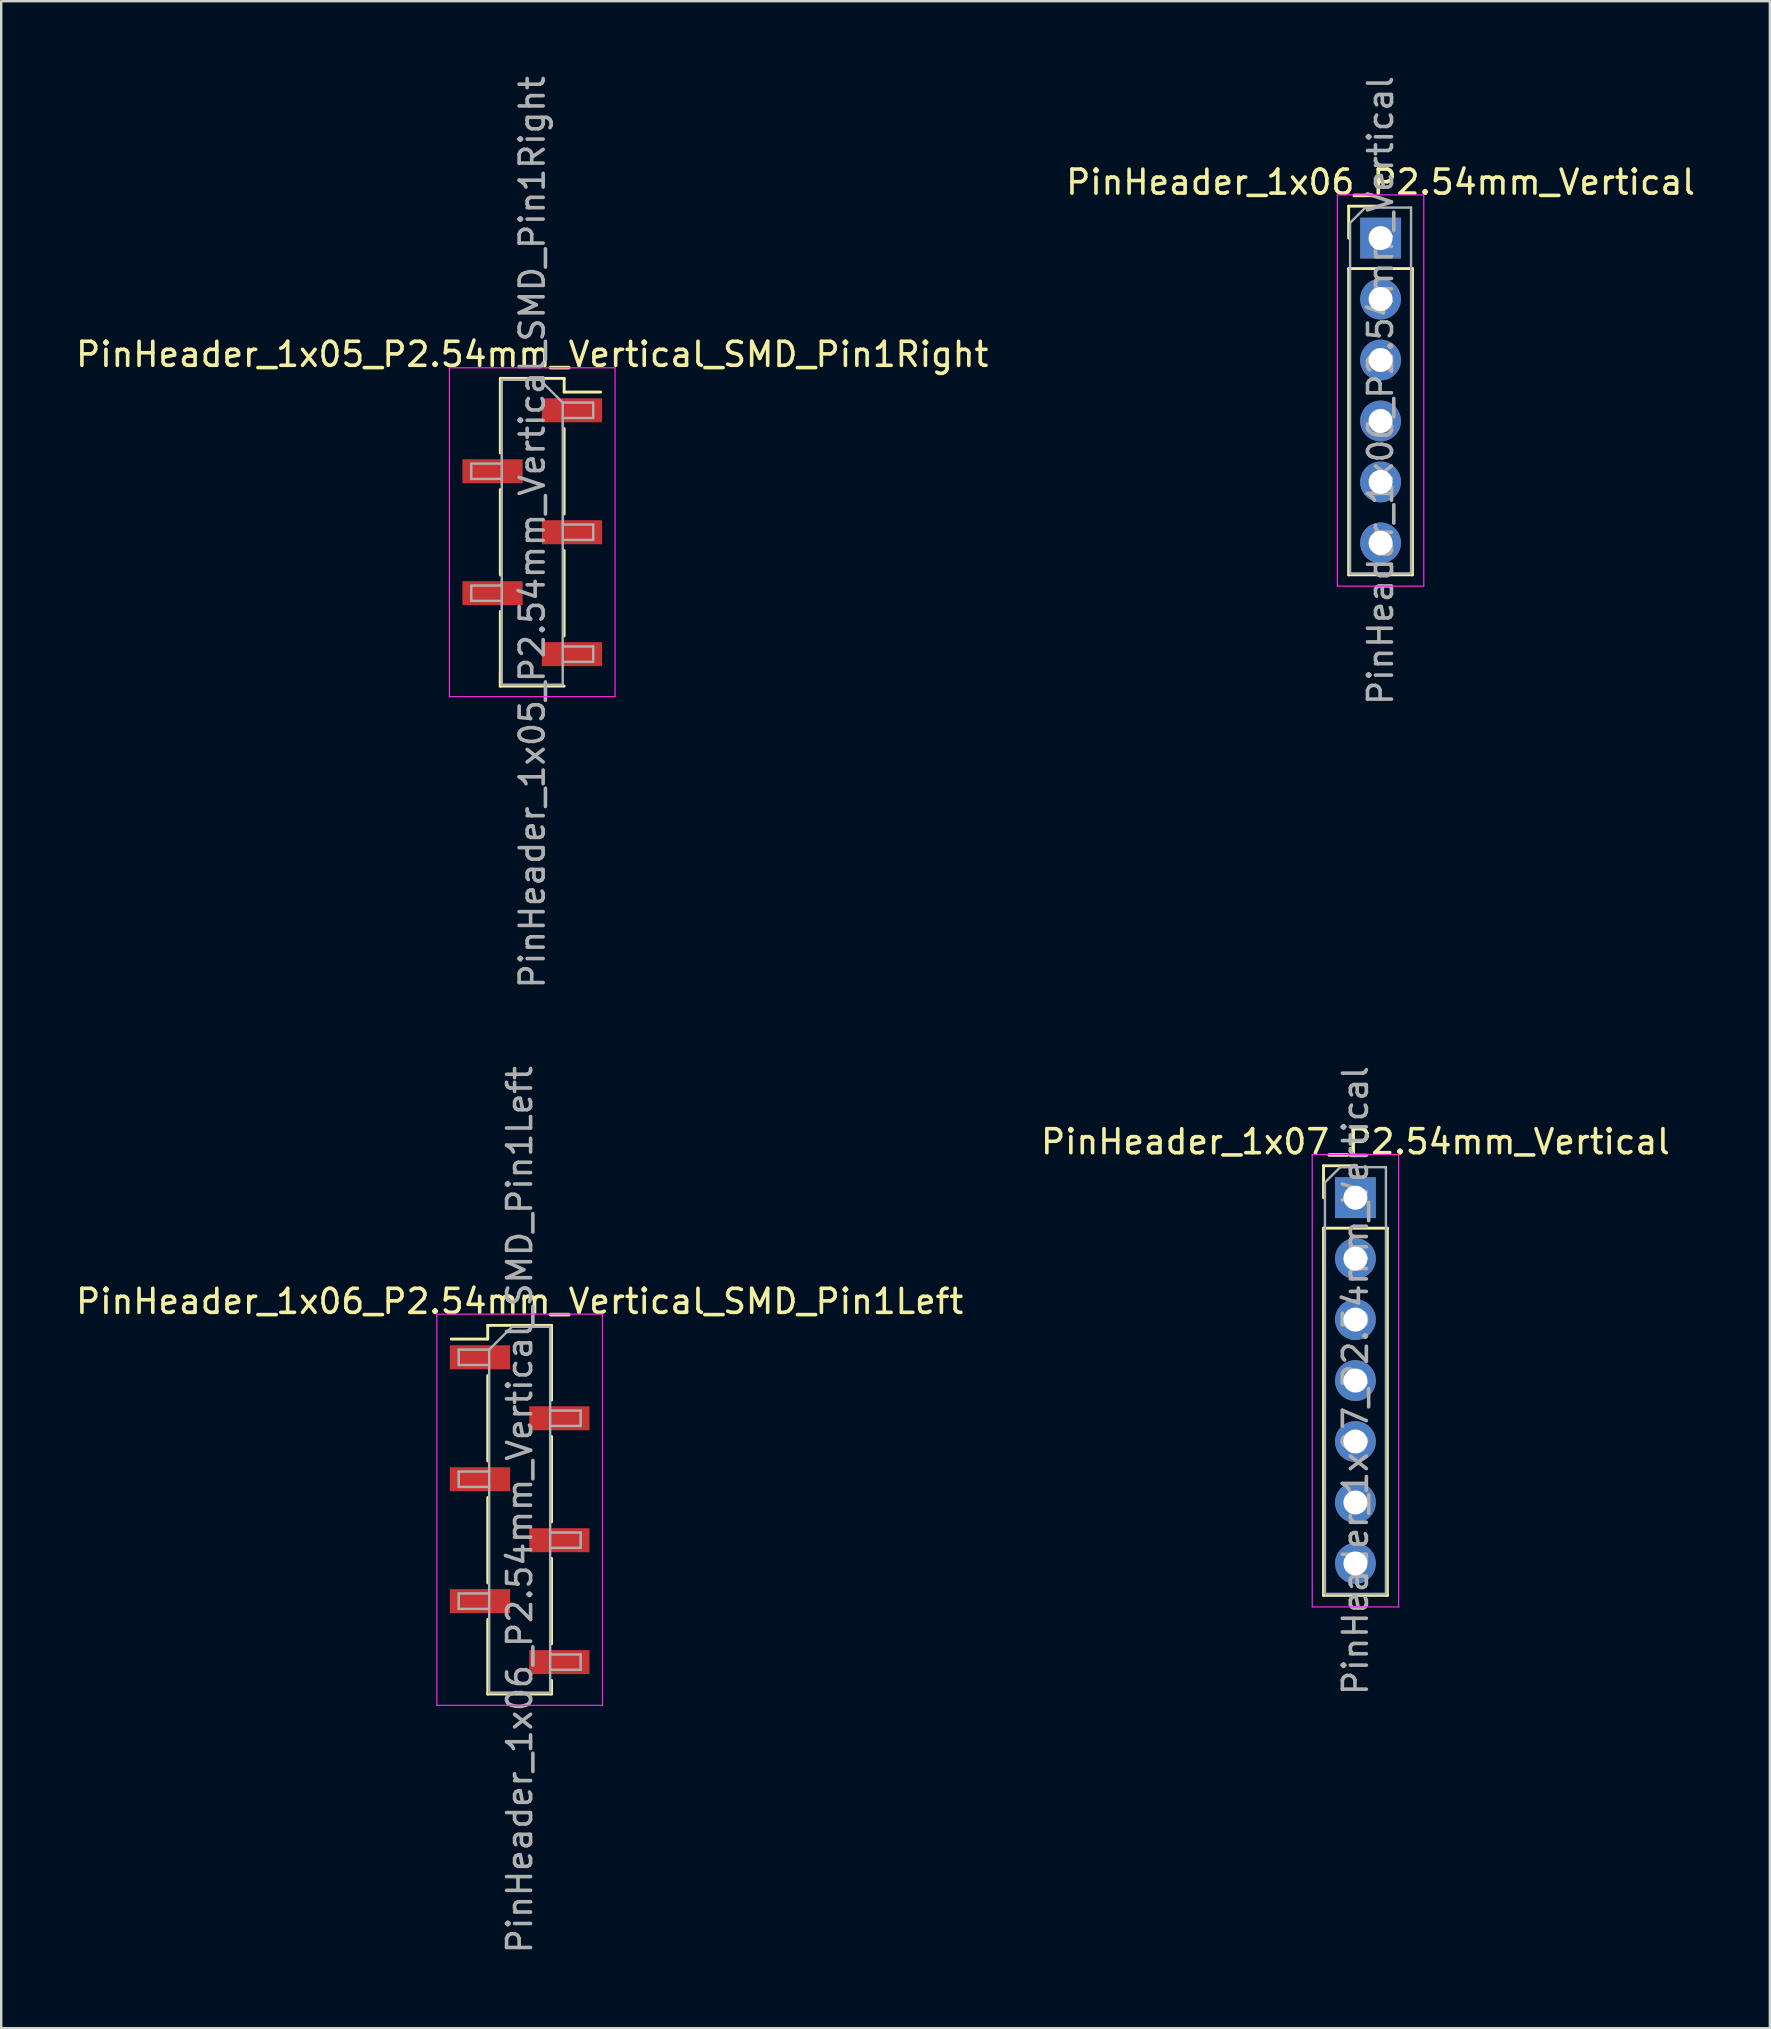
<source format=kicad_pcb>
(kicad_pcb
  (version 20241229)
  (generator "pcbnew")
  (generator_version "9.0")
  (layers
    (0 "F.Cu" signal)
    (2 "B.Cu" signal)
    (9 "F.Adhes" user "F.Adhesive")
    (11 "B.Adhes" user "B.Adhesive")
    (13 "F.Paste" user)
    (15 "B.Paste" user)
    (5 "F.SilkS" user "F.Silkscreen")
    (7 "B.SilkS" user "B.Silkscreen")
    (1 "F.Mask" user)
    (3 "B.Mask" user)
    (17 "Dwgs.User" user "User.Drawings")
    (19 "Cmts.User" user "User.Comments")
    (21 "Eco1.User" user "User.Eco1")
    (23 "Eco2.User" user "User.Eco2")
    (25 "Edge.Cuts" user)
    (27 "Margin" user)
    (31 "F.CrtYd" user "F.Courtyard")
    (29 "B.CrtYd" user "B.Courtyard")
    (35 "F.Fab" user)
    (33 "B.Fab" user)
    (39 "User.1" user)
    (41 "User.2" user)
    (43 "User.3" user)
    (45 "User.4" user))
  (footprint "PinHeader_1x05_P2.54mm_Vertical_SMD_Pin1Right"
    (layer "F.Cu")
    (at 19.125 19.125)
    (property "Reference" "PinHeader_1x05_P2.54mm_Vertical_SMD_Pin1Right" (at 0 -7.41 0) (layer "F.SilkS") (effects (font (size 1 1) (thickness 0.15))))
    (attr smd)
    (fp_line (start -1.33 -6.41) (end -1.33 -3.3) (stroke (width 0.12) (type solid)) (layer "F.SilkS"))
    (fp_line (start -1.33 -6.41) (end 1.33 -6.41) (stroke (width 0.12) (type solid)) (layer "F.SilkS"))
    (fp_line (start -1.33 -1.78) (end -1.33 1.78) (stroke (width 0.12) (type solid)) (layer "F.SilkS"))
    (fp_line (start -1.33 3.3) (end -1.33 6.41) (stroke (width 0.12) (type solid)) (layer "F.SilkS"))
    (fp_line (start -1.33 5.84) (end -1.33 6.41) (stroke (width 0.12) (type solid)) (layer "F.SilkS"))
    (fp_line (start -1.33 6.41) (end 1.33 6.41) (stroke (width 0.12) (type solid)) (layer "F.SilkS"))
    (fp_line (start 1.33 -6.41) (end 1.33 -5.84) (stroke (width 0.12) (type solid)) (layer "F.SilkS"))
    (fp_line (start 1.33 -5.84) (end 2.85 -5.84) (stroke (width 0.12) (type solid)) (layer "F.SilkS"))
    (fp_line (start 1.33 -4.32) (end 1.33 -0.76) (stroke (width 0.12) (type solid)) (layer "F.SilkS"))
    (fp_line (start 1.33 0.76) (end 1.33 4.32) (stroke (width 0.12) (type solid)) (layer "F.SilkS"))
    (fp_line (start -3.45 -6.85) (end -3.45 6.85) (stroke (width 0.05) (type solid)) (layer "F.CrtYd"))
    (fp_line (start -3.45 6.85) (end 3.45 6.85) (stroke (width 0.05) (type solid)) (layer "F.CrtYd"))
    (fp_line (start 3.45 -6.85) (end -3.45 -6.85) (stroke (width 0.05) (type solid)) (layer "F.CrtYd"))
    (fp_line (start 3.45 6.85) (end 3.45 -6.85) (stroke (width 0.05) (type solid)) (layer "F.CrtYd"))
    (fp_line (start -2.54 -2.86) (end -2.54 -2.22) (stroke (width 0.1) (type solid)) (layer "F.Fab"))
    (fp_line (start -2.54 -2.22) (end -1.27 -2.22) (stroke (width 0.1) (type solid)) (layer "F.Fab"))
    (fp_line (start -2.54 2.22) (end -2.54 2.86) (stroke (width 0.1) (type solid)) (layer "F.Fab"))
    (fp_line (start -2.54 2.86) (end -1.27 2.86) (stroke (width 0.1) (type solid)) (layer "F.Fab"))
    (fp_line (start -1.27 -6.35) (end -1.27 6.35) (stroke (width 0.1) (type solid)) (layer "F.Fab"))
    (fp_line (start -1.27 -6.35) (end 0.32 -6.35) (stroke (width 0.1) (type solid)) (layer "F.Fab"))
    (fp_line (start -1.27 -2.86) (end -2.54 -2.86) (stroke (width 0.1) (type solid)) (layer "F.Fab"))
    (fp_line (start -1.27 2.22) (end -2.54 2.22) (stroke (width 0.1) (type solid)) (layer "F.Fab"))
    (fp_line (start 1.27 -5.4) (end 0.32 -6.35) (stroke (width 0.1) (type solid)) (layer "F.Fab"))
    (fp_line (start 1.27 -5.4) (end 2.54 -5.4) (stroke (width 0.1) (type solid)) (layer "F.Fab"))
    (fp_line (start 1.27 -0.32) (end 2.54 -0.32) (stroke (width 0.1) (type solid)) (layer "F.Fab"))
    (fp_line (start 1.27 4.76) (end 2.54 4.76) (stroke (width 0.1) (type solid)) (layer "F.Fab"))
    (fp_line (start 1.27 6.35) (end -1.27 6.35) (stroke (width 0.1) (type solid)) (layer "F.Fab"))
    (fp_line (start 1.27 6.35) (end 1.27 -5.4) (stroke (width 0.1) (type solid)) (layer "F.Fab"))
    (fp_line (start 2.54 -5.4) (end 2.54 -4.76) (stroke (width 0.1) (type solid)) (layer "F.Fab"))
    (fp_line (start 2.54 -4.76) (end 1.27 -4.76) (stroke (width 0.1) (type solid)) (layer "F.Fab"))
    (fp_line (start 2.54 -0.32) (end 2.54 0.32) (stroke (width 0.1) (type solid)) (layer "F.Fab"))
    (fp_line (start 2.54 0.32) (end 1.27 0.32) (stroke (width 0.1) (type solid)) (layer "F.Fab"))
    (fp_line (start 2.54 4.76) (end 2.54 5.4) (stroke (width 0.1) (type solid)) (layer "F.Fab"))
    (fp_line (start 2.54 5.4) (end 1.27 5.4) (stroke (width 0.1) (type solid)) (layer "F.Fab"))
    (fp_text user "${REFERENCE}" (at 0 0 90) (layer "F.Fab") (effects (font (size 1 1) (thickness 0.15))))
    (pad "1" smd rect (at 1.655 -5.08) (size 2.51 1) (layers "F.Cu" "F.Mask" "F.Paste"))
    (pad "2" smd rect (at -1.655 -2.54) (size 2.51 1) (layers "F.Cu" "F.Mask" "F.Paste"))
    (pad "3" smd rect (at 1.655 0) (size 2.51 1) (layers "F.Cu" "F.Mask" "F.Paste"))
    (pad "4" smd rect (at -1.655 2.54) (size 2.51 1) (layers "F.Cu" "F.Mask" "F.Paste"))
    (pad "5" smd rect (at 1.655 5.08) (size 2.51 1) (layers "F.Cu" "F.Mask" "F.Paste")))
  (footprint "PinHeader_1x06_P2.54mm_Vertical"
    (layer "F.Cu")
    (at 54.47 6.87)
    (property "Reference" "PinHeader_1x06_P2.54mm_Vertical" (at 0 -2.33 0) (layer "F.SilkS") (effects (font (size 1 1) (thickness 0.15))))
    (attr through_hole)
    (fp_line (start -1.33 -1.33) (end 0 -1.33) (stroke (width 0.12) (type solid)) (layer "F.SilkS"))
    (fp_line (start -1.33 0) (end -1.33 -1.33) (stroke (width 0.12) (type solid)) (layer "F.SilkS"))
    (fp_line (start -1.33 1.27) (end -1.33 14.03) (stroke (width 0.12) (type solid)) (layer "F.SilkS"))
    (fp_line (start -1.33 1.27) (end 1.33 1.27) (stroke (width 0.12) (type solid)) (layer "F.SilkS"))
    (fp_line (start -1.33 14.03) (end 1.33 14.03) (stroke (width 0.12) (type solid)) (layer "F.SilkS"))
    (fp_line (start 1.33 1.27) (end 1.33 14.03) (stroke (width 0.12) (type solid)) (layer "F.SilkS"))
    (fp_line (start -1.8 -1.8) (end -1.8 14.5) (stroke (width 0.05) (type solid)) (layer "F.CrtYd"))
    (fp_line (start -1.8 14.5) (end 1.8 14.5) (stroke (width 0.05) (type solid)) (layer "F.CrtYd"))
    (fp_line (start 1.8 -1.8) (end -1.8 -1.8) (stroke (width 0.05) (type solid)) (layer "F.CrtYd"))
    (fp_line (start 1.8 14.5) (end 1.8 -1.8) (stroke (width 0.05) (type solid)) (layer "F.CrtYd"))
    (fp_line (start -1.27 -0.635) (end -0.635 -1.27) (stroke (width 0.1) (type solid)) (layer "F.Fab"))
    (fp_line (start -1.27 13.97) (end -1.27 -0.635) (stroke (width 0.1) (type solid)) (layer "F.Fab"))
    (fp_line (start -0.635 -1.27) (end 1.27 -1.27) (stroke (width 0.1) (type solid)) (layer "F.Fab"))
    (fp_line (start 1.27 -1.27) (end 1.27 13.97) (stroke (width 0.1) (type solid)) (layer "F.Fab"))
    (fp_line (start 1.27 13.97) (end -1.27 13.97) (stroke (width 0.1) (type solid)) (layer "F.Fab"))
    (fp_text user "${REFERENCE}" (at 0 6.35 90) (layer "F.Fab") (effects (font (size 1 1) (thickness 0.15))))
    (pad "1" thru_hole rect (at 0 0) (size 1.7 1.7) (drill 1) (layers "*.Cu" "*.Mask"))
    (pad "2" thru_hole oval (at 0 2.54) (size 1.7 1.7) (drill 1) (layers "*.Cu" "*.Mask"))
    (pad "3" thru_hole oval (at 0 5.08) (size 1.7 1.7) (drill 1) (layers "*.Cu" "*.Mask"))
    (pad "4" thru_hole oval (at 0 7.62) (size 1.7 1.7) (drill 1) (layers "*.Cu" "*.Mask"))
    (pad "5" thru_hole oval (at 0 10.16) (size 1.7 1.7) (drill 1) (layers "*.Cu" "*.Mask"))
    (pad "6" thru_hole oval (at 0 12.7) (size 1.7 1.7) (drill 1) (layers "*.Cu" "*.Mask")))
  (footprint "PinHeader_1x06_P2.54mm_Vertical_SMD_Pin1Left"
    (layer "F.Cu")
    (at 18.601 59.851)
    (property "Reference" "PinHeader_1x06_P2.54mm_Vertical_SMD_Pin1Left" (at 0 -8.68 0) (layer "F.SilkS") (effects (font (size 1 1) (thickness 0.15))))
    (attr smd)
    (fp_line (start -1.33 -7.68) (end -1.33 -7.11) (stroke (width 0.12) (type solid)) (layer "F.SilkS"))
    (fp_line (start -1.33 -7.68) (end 1.33 -7.68) (stroke (width 0.12) (type solid)) (layer "F.SilkS"))
    (fp_line (start -1.33 -7.11) (end -2.85 -7.11) (stroke (width 0.12) (type solid)) (layer "F.SilkS"))
    (fp_line (start -1.33 -5.59) (end -1.33 -2.03) (stroke (width 0.12) (type solid)) (layer "F.SilkS"))
    (fp_line (start -1.33 -0.51) (end -1.33 3.05) (stroke (width 0.12) (type solid)) (layer "F.SilkS"))
    (fp_line (start -1.33 4.57) (end -1.33 7.68) (stroke (width 0.12) (type solid)) (layer "F.SilkS"))
    (fp_line (start -1.33 7.68) (end 1.33 7.68) (stroke (width 0.12) (type solid)) (layer "F.SilkS"))
    (fp_line (start 1.33 -7.68) (end 1.33 -4.57) (stroke (width 0.12) (type solid)) (layer "F.SilkS"))
    (fp_line (start 1.33 -3.05) (end 1.33 0.51) (stroke (width 0.12) (type solid)) (layer "F.SilkS"))
    (fp_line (start 1.33 2.03) (end 1.33 5.59) (stroke (width 0.12) (type solid)) (layer "F.SilkS"))
    (fp_line (start 1.33 7.11) (end 1.33 7.68) (stroke (width 0.12) (type solid)) (layer "F.SilkS"))
    (fp_line (start -3.45 -8.15) (end -3.45 8.15) (stroke (width 0.05) (type solid)) (layer "F.CrtYd"))
    (fp_line (start -3.45 8.15) (end 3.45 8.15) (stroke (width 0.05) (type solid)) (layer "F.CrtYd"))
    (fp_line (start 3.45 -8.15) (end -3.45 -8.15) (stroke (width 0.05) (type solid)) (layer "F.CrtYd"))
    (fp_line (start 3.45 8.15) (end 3.45 -8.15) (stroke (width 0.05) (type solid)) (layer "F.CrtYd"))
    (fp_line (start -2.54 -6.67) (end -2.54 -6.03) (stroke (width 0.1) (type solid)) (layer "F.Fab"))
    (fp_line (start -2.54 -6.03) (end -1.27 -6.03) (stroke (width 0.1) (type solid)) (layer "F.Fab"))
    (fp_line (start -2.54 -1.59) (end -2.54 -0.95) (stroke (width 0.1) (type solid)) (layer "F.Fab"))
    (fp_line (start -2.54 -0.95) (end -1.27 -0.95) (stroke (width 0.1) (type solid)) (layer "F.Fab"))
    (fp_line (start -2.54 3.49) (end -2.54 4.13) (stroke (width 0.1) (type solid)) (layer "F.Fab"))
    (fp_line (start -2.54 4.13) (end -1.27 4.13) (stroke (width 0.1) (type solid)) (layer "F.Fab"))
    (fp_line (start -1.27 -6.67) (end -2.54 -6.67) (stroke (width 0.1) (type solid)) (layer "F.Fab"))
    (fp_line (start -1.27 -6.67) (end -0.32 -7.62) (stroke (width 0.1) (type solid)) (layer "F.Fab"))
    (fp_line (start -1.27 -1.59) (end -2.54 -1.59) (stroke (width 0.1) (type solid)) (layer "F.Fab"))
    (fp_line (start -1.27 3.49) (end -2.54 3.49) (stroke (width 0.1) (type solid)) (layer "F.Fab"))
    (fp_line (start -1.27 7.62) (end -1.27 -6.67) (stroke (width 0.1) (type solid)) (layer "F.Fab"))
    (fp_line (start -0.32 -7.62) (end 1.27 -7.62) (stroke (width 0.1) (type solid)) (layer "F.Fab"))
    (fp_line (start 1.27 -7.62) (end 1.27 7.62) (stroke (width 0.1) (type solid)) (layer "F.Fab"))
    (fp_line (start 1.27 -4.13) (end 2.54 -4.13) (stroke (width 0.1) (type solid)) (layer "F.Fab"))
    (fp_line (start 1.27 0.95) (end 2.54 0.95) (stroke (width 0.1) (type solid)) (layer "F.Fab"))
    (fp_line (start 1.27 6.03) (end 2.54 6.03) (stroke (width 0.1) (type solid)) (layer "F.Fab"))
    (fp_line (start 1.27 7.62) (end -1.27 7.62) (stroke (width 0.1) (type solid)) (layer "F.Fab"))
    (fp_line (start 2.54 -4.13) (end 2.54 -3.49) (stroke (width 0.1) (type solid)) (layer "F.Fab"))
    (fp_line (start 2.54 -3.49) (end 1.27 -3.49) (stroke (width 0.1) (type solid)) (layer "F.Fab"))
    (fp_line (start 2.54 0.95) (end 2.54 1.59) (stroke (width 0.1) (type solid)) (layer "F.Fab"))
    (fp_line (start 2.54 1.59) (end 1.27 1.59) (stroke (width 0.1) (type solid)) (layer "F.Fab"))
    (fp_line (start 2.54 6.03) (end 2.54 6.67) (stroke (width 0.1) (type solid)) (layer "F.Fab"))
    (fp_line (start 2.54 6.67) (end 1.27 6.67) (stroke (width 0.1) (type solid)) (layer "F.Fab"))
    (fp_text user "${REFERENCE}" (at 0 0 90) (layer "F.Fab") (effects (font (size 1 1) (thickness 0.15))))
    (pad "1" smd rect (at -1.655 -6.35) (size 2.51 1) (layers "F.Cu" "F.Mask" "F.Paste"))
    (pad "2" smd rect (at 1.655 -3.81) (size 2.51 1) (layers "F.Cu" "F.Mask" "F.Paste"))
    (pad "3" smd rect (at -1.655 -1.27) (size 2.51 1) (layers "F.Cu" "F.Mask" "F.Paste"))
    (pad "4" smd rect (at 1.655 1.27) (size 2.51 1) (layers "F.Cu" "F.Mask" "F.Paste"))
    (pad "5" smd rect (at -1.655 3.81) (size 2.51 1) (layers "F.Cu" "F.Mask" "F.Paste"))
    (pad "6" smd rect (at 1.655 6.35) (size 2.51 1) (layers "F.Cu" "F.Mask" "F.Paste")))
  (footprint "PinHeader_1x07_P2.54mm_Vertical"
    (layer "F.Cu")
    (at 53.423 46.85)
    (property "Reference" "PinHeader_1x07_P2.54mm_Vertical" (at 0 -2.33 0) (layer "F.SilkS") (effects (font (size 1 1) (thickness 0.15))))
    (attr through_hole)
    (fp_line (start -1.33 -1.33) (end 0 -1.33) (stroke (width 0.12) (type solid)) (layer "F.SilkS"))
    (fp_line (start -1.33 0) (end -1.33 -1.33) (stroke (width 0.12) (type solid)) (layer "F.SilkS"))
    (fp_line (start -1.33 1.27) (end -1.33 16.57) (stroke (width 0.12) (type solid)) (layer "F.SilkS"))
    (fp_line (start -1.33 1.27) (end 1.33 1.27) (stroke (width 0.12) (type solid)) (layer "F.SilkS"))
    (fp_line (start -1.33 16.57) (end 1.33 16.57) (stroke (width 0.12) (type solid)) (layer "F.SilkS"))
    (fp_line (start 1.33 1.27) (end 1.33 16.57) (stroke (width 0.12) (type solid)) (layer "F.SilkS"))
    (fp_line (start -1.8 -1.8) (end -1.8 17.05) (stroke (width 0.05) (type solid)) (layer "F.CrtYd"))
    (fp_line (start -1.8 17.05) (end 1.8 17.05) (stroke (width 0.05) (type solid)) (layer "F.CrtYd"))
    (fp_line (start 1.8 -1.8) (end -1.8 -1.8) (stroke (width 0.05) (type solid)) (layer "F.CrtYd"))
    (fp_line (start 1.8 17.05) (end 1.8 -1.8) (stroke (width 0.05) (type solid)) (layer "F.CrtYd"))
    (fp_line (start -1.27 -0.635) (end -0.635 -1.27) (stroke (width 0.1) (type solid)) (layer "F.Fab"))
    (fp_line (start -1.27 16.51) (end -1.27 -0.635) (stroke (width 0.1) (type solid)) (layer "F.Fab"))
    (fp_line (start -0.635 -1.27) (end 1.27 -1.27) (stroke (width 0.1) (type solid)) (layer "F.Fab"))
    (fp_line (start 1.27 -1.27) (end 1.27 16.51) (stroke (width 0.1) (type solid)) (layer "F.Fab"))
    (fp_line (start 1.27 16.51) (end -1.27 16.51) (stroke (width 0.1) (type solid)) (layer "F.Fab"))
    (fp_text user "${REFERENCE}" (at 0 7.62 90) (layer "F.Fab") (effects (font (size 1 1) (thickness 0.15))))
    (pad "1" thru_hole rect (at 0 0) (size 1.7 1.7) (drill 1) (layers "*.Cu" "*.Mask"))
    (pad "2" thru_hole oval (at 0 2.54) (size 1.7 1.7) (drill 1) (layers "*.Cu" "*.Mask"))
    (pad "3" thru_hole oval (at 0 5.08) (size 1.7 1.7) (drill 1) (layers "*.Cu" "*.Mask"))
    (pad "4" thru_hole oval (at 0 7.62) (size 1.7 1.7) (drill 1) (layers "*.Cu" "*.Mask"))
    (pad "5" thru_hole oval (at 0 10.16) (size 1.7 1.7) (drill 1) (layers "*.Cu" "*.Mask"))
    (pad "6" thru_hole oval (at 0 12.7) (size 1.7 1.7) (drill 1) (layers "*.Cu" "*.Mask"))
    (pad "7" thru_hole oval (at 0 15.24) (size 1.7 1.7) (drill 1) (layers "*.Cu" "*.Mask")))
  (gr_rect
    (start -3 -3)
    (end 70.69 81.452)
    (stroke (width 0.1) (type default))
    (fill no)
    (layer "Edge.Cuts")))
</source>
